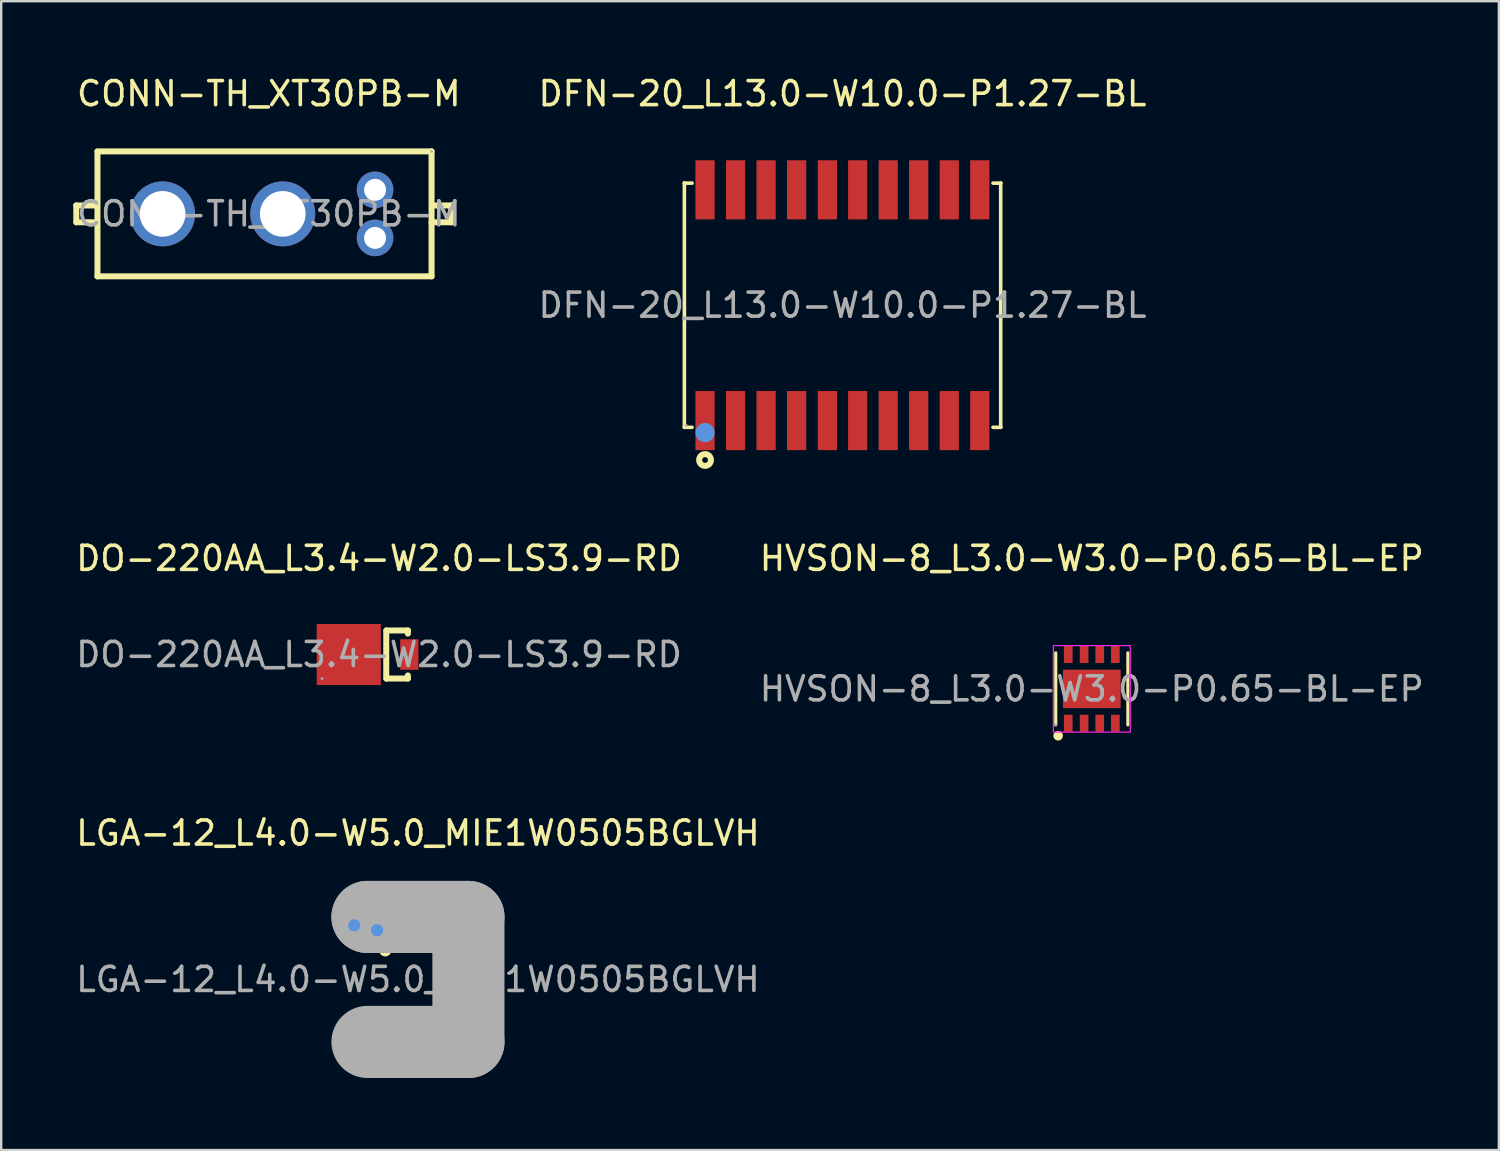
<source format=kicad_pcb>
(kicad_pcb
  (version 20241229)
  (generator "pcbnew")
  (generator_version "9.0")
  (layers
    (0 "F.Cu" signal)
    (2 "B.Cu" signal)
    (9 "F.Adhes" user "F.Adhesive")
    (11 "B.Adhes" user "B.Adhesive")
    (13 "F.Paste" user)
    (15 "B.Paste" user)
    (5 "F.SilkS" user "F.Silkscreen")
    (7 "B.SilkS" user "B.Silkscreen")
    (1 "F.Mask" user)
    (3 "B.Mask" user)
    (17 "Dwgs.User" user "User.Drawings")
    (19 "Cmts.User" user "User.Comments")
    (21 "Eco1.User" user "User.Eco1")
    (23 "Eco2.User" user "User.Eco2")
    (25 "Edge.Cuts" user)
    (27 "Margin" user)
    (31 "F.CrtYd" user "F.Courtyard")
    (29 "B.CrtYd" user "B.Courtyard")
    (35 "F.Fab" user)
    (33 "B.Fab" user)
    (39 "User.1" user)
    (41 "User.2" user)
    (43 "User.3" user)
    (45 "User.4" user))
  (footprint "LGA-12_L4.0-W5.0_MIE1W0505BGLVH"
    (layer "F.Cu")
    (at 14.339 37.7)
    (property "Reference" "LGA-12_L4.0-W5.0_MIE1W0505BGLVH" (at 0 -6.09 0) (layer "F.SilkS") (effects (font (size 1 1) (thickness 0.15))))
    (attr smd)
    (fp_circle (center -2.55 -2.25) (end -2.42 -2.25) (stroke (width 0.25) (type solid)) (fill no) (layer "F.SilkS"))
    (fp_circle (center -1.36 -1.21) (end -1.23 -1.21) (stroke (width 0.25) (type solid)) (fill no) (layer "F.SilkS"))
    (fp_circle (center -2.65 -2.25) (end -2.52 -2.25) (stroke (width 0.25) (type solid)) (fill no) (layer "Cmts.User"))
    (fp_circle (center -1.7 -2.05) (end -1.57 -2.05) (stroke (width 0.25) (type solid)) (fill no) (layer "Cmts.User"))
    (fp_line (start -2.1 -2.6) (end -2.1 -2.6) (stroke (width 3) (type solid)) (layer "F.Fab"))
    (fp_line (start -2.1 -2.6) (end 2.1 -2.6) (stroke (width 3) (type solid)) (layer "F.Fab"))
    (fp_line (start 2.1 -2.6) (end 2.1 2.6) (stroke (width 3) (type solid)) (layer "F.Fab"))
    (fp_line (start 2.1 2.6) (end -2.1 2.6) (stroke (width 3) (type solid)) (layer "F.Fab"))
    (fp_circle (center -2 2.5) (end -1.97 2.5) (stroke (width 0.06) (type solid)) (fill no) (layer "F.Fab"))
    (fp_text user "${REFERENCE}" (at 0 0 0) (layer "F.Fab") (effects (font (size 1 1) (thickness 0.15))))
    (pad "1" smd rect (at -1.64 -2.09 90) (size 0.68 0.58) (layers "F.Cu" "F.Mask" "F.Paste"))
    (pad "2" smd rect (at -1.64 2.09 90) (size 0.68 0.58) (layers "F.Cu" "F.Mask" "F.Paste"))
    (pad "3" smd custom (at -0.6 2.09) (size 0.01 0.01) (layers "F.Cu" "F.Mask" "F.Paste") (options (anchor circle)) (primitives (gr_poly (pts (xy -0.45 0.33) (xy -0.45 -0.34) (xy 0.45 -0.34) (xy 0.45 0.33) (xy 0.15 0.33) (xy 0.15 0.21) (xy -0.15 0.21) (xy -0.15 0.33)) (width 0.1) (fill yes))))
    (pad "6" smd custom (at 0.6 2.09) (size 0.01 0.01) (layers "F.Cu" "F.Mask" "F.Paste") (options (anchor circle)) (primitives (gr_poly (pts (xy -0.45 0.33) (xy -0.45 -0.34) (xy 0.45 -0.34) (xy 0.45 0.33) (xy 0.15 0.33) (xy 0.15 0.21) (xy -0.15 0.21) (xy -0.15 0.33)) (width 0.1) (fill yes))))
    (pad "7" smd rect (at 1.64 2.09 90) (size 0.68 0.58) (layers "F.Cu" "F.Mask" "F.Paste"))
    (pad "8" smd rect (at 1.64 -2.09 90) (size 0.68 0.58) (layers "F.Cu" "F.Mask" "F.Paste"))
    (pad "9" smd custom (at 0.6 -2.09) (size 0.01 0.01) (layers "F.Cu" "F.Mask" "F.Paste") (options (anchor circle)) (primitives (gr_poly (pts (xy -0.45 -0.33) (xy -0.45 0.34) (xy 0.45 0.34) (xy 0.45 -0.33) (xy 0.15 -0.33) (xy 0.15 -0.21) (xy -0.15 -0.21) (xy -0.15 -0.33)) (width 0.1) (fill yes))))
    (pad "12" smd custom (at -0.6 -2.09) (size 0.01 0.01) (layers "F.Cu" "F.Mask" "F.Paste") (options (anchor circle)) (primitives (gr_poly (pts (xy -0.45 -0.33) (xy -0.45 0.34) (xy 0.45 0.34) (xy 0.45 -0.33) (xy 0.15 -0.33) (xy 0.15 -0.21) (xy -0.15 -0.21) (xy -0.15 -0.33)) (width 0.1) (fill yes)))))
  (footprint "DO-220AA_L3.4-W2.0-LS3.9-RD"
    (layer "F.Cu")
    (at 12.72 24.181)
    (property "Reference" "DO-220AA_L3.4-W2.0-LS3.9-RD" (at 0 -4 0) (layer "F.SilkS") (effects (font (size 1 1) (thickness 0.15))))
    (attr smd)
    (fp_line (start 0.3 -1) (end 0.3 1) (stroke (width 0.25) (type solid)) (layer "F.SilkS"))
    (fp_line (start 1.2 -1) (end 0.31 -1) (stroke (width 0.25) (type solid)) (layer "F.SilkS"))
    (fp_line (start 1.2 -1) (end 1.2 -0.87) (stroke (width 0.25) (type solid)) (layer "F.SilkS"))
    (fp_line (start 1.2 1) (end 0.31 1) (stroke (width 0.25) (type solid)) (layer "F.SilkS"))
    (fp_line (start 1.2 1) (end 1.2 0.87) (stroke (width 0.25) (type solid)) (layer "F.SilkS"))
    (fp_circle (center -2.37 1) (end -2.34 1) (stroke (width 0.06) (type solid)) (fill no) (layer "F.Fab"))
    (fp_text user "${REFERENCE}" (at 0 0 0) (layer "F.Fab") (effects (font (size 1 1) (thickness 0.15))))
    (pad "1" smd rect (at -1.26 0) (size 2.67 2.54) (layers "F.Cu" "F.Mask" "F.Paste"))
    (pad "2" smd rect (at 1.26 0) (size 0.76 1.27) (layers "F.Cu" "F.Mask" "F.Paste")))
  (footprint "HVSON-8_L3.0-W3.0-P0.65-BL-EP"
    (layer "F.Cu")
    (at 42.375 25.611)
    (property "Reference" "HVSON-8_L3.0-W3.0-P0.65-BL-EP" (at 0 -5.43 0) (layer "F.SilkS") (effects (font (size 1 1) (thickness 0.15))))
    (attr smd)
    (fp_line (start -1.5 1.5) (end -1.5 -1.5) (stroke (width 0.13) (type solid)) (layer "F.SilkS"))
    (fp_line (start 1.5 -1.5) (end 1.5 1.5) (stroke (width 0.13) (type solid)) (layer "F.SilkS"))
    (fp_circle (center -1.4 1.95) (end -1.3 1.95) (stroke (width 0.2) (type solid)) (fill no) (layer "F.SilkS"))
    (fp_rect (start -1.6 -1.8) (end 1.6 1.8) (stroke (width 0.05) (type default)) (fill no) (layer "F.CrtYd"))
    (fp_circle (center -1.5 1.5) (end -1.47 1.5) (stroke (width 0.06) (type solid)) (fill no) (layer "F.Fab"))
    (fp_text user "${REFERENCE}" (at 0 0 0) (layer "F.Fab") (effects (font (size 1 1) (thickness 0.15))))
    (pad "1" smd rect (at -0.98 1.43) (size 0.36 0.71) (layers "F.Cu" "F.Mask" "F.Paste"))
    (pad "2" smd rect (at -0.32 1.43) (size 0.36 0.71) (layers "F.Cu" "F.Mask" "F.Paste"))
    (pad "3" smd rect (at 0.33 1.43) (size 0.36 0.71) (layers "F.Cu" "F.Mask" "F.Paste"))
    (pad "4" smd rect (at 0.98 1.43) (size 0.36 0.71) (layers "F.Cu" "F.Mask" "F.Paste"))
    (pad "5" smd rect (at 0.98 -1.43) (size 0.36 0.71) (layers "F.Cu" "F.Mask" "F.Paste"))
    (pad "6" smd rect (at 0.33 -1.43) (size 0.36 0.71) (layers "F.Cu" "F.Mask" "F.Paste"))
    (pad "7" smd rect (at -0.32 -1.43) (size 0.36 0.71) (layers "F.Cu" "F.Mask" "F.Paste"))
    (pad "8" smd rect (at -0.98 -1.43) (size 0.36 0.71) (layers "F.Cu" "F.Mask" "F.Paste"))
    (pad "9" smd rect (at 0 0) (size 2.4 1.6) (layers "F.Cu" "F.Mask" "F.Paste")))
  (footprint "CONN-TH_XT30PB-M"
    (layer "F.Cu")
    (at 8.135 5.848)
    (property "Reference" "CONN-TH_XT30PB-M" (at 0 -5 0) (layer "F.SilkS") (effects (font (size 1 1) (thickness 0.15))))
    (attr through_hole)
    (fp_line (start -8.01 -0.35) (end -7.18 -0.35) (stroke (width 0.25) (type solid)) (layer "F.SilkS"))
    (fp_line (start -8.01 0.35) (end -8.01 -0.35) (stroke (width 0.25) (type solid)) (layer "F.SilkS"))
    (fp_line (start -7.3 0.35) (end -8.01 0.35) (stroke (width 0.25) (type solid)) (layer "F.SilkS"))
    (fp_line (start -7.13 -2.6) (end 6.77 -2.6) (stroke (width 0.25) (type solid)) (layer "F.SilkS"))
    (fp_line (start -7.13 2.6) (end -7.13 -2.59) (stroke (width 0.25) (type solid)) (layer "F.SilkS"))
    (fp_line (start 6.77 -2.6) (end 6.77 2.6) (stroke (width 0.25) (type solid)) (layer "F.SilkS"))
    (fp_line (start 6.77 2.6) (end -7.13 2.6) (stroke (width 0.25) (type solid)) (layer "F.SilkS"))
    (fp_line (start 6.9 -0.35) (end 7.59 -0.35) (stroke (width 0.25) (type solid)) (layer "F.SilkS"))
    (fp_line (start 7.59 -0.35) (end 7.59 0.35) (stroke (width 0.25) (type solid)) (layer "F.SilkS"))
    (fp_line (start 7.59 0.35) (end 6.77 0.35) (stroke (width 0.25) (type solid)) (layer "F.SilkS"))
    (fp_circle (center -4.42 0) (end -4.02 0) (stroke (width 0.8) (type solid)) (fill no) (layer "F.Fab"))
    (fp_circle (center 0.58 0) (end 0.98 0) (stroke (width 0.8) (type solid)) (fill no) (layer "F.Fab"))
    (fp_circle (center 6.77 -2.6) (end 6.8 -2.6) (stroke (width 0.06) (type solid)) (fill no) (layer "F.Fab"))
    (fp_text user "${REFERENCE}" (at 0 0 0) (layer "F.Fab") (effects (font (size 1 1) (thickness 0.15))))
    (pad "1" thru_hole circle (at 4.42 -1) (size 1.52 1.52) (drill 0.914) (layers "*.Cu" "*.Mask"))
    (pad "2" thru_hole circle (at 4.42 1) (size 1.52 1.52) (drill 0.914) (layers "*.Cu" "*.Mask"))
    (pad "3" thru_hole circle (at 0.58 0) (size 2.7 2.7) (drill 1.9) (layers "*.Cu" "*.Mask"))
    (pad "4" thru_hole circle (at -4.42 0) (size 2.7 2.7) (drill 1.9) (layers "*.Cu" "*.Mask")))
  (footprint "DFN-20_L13.0-W10.0-P1.27-BL"
    (layer "F.Cu")
    (at 32.004 9.648)
    (property "Reference" "DFN-20_L13.0-W10.0-P1.27-BL" (at 0 -8.8 0) (layer "F.SilkS") (effects (font (size 1 1) (thickness 0.15))))
    (attr smd)
    (fp_line (start -6.58 -5.08) (end -6.58 -5.08) (stroke (width 0.15) (type solid)) (layer "F.SilkS"))
    (fp_line (start -6.58 -5.08) (end -6.26 -5.08) (stroke (width 0.15) (type solid)) (layer "F.SilkS"))
    (fp_line (start -6.58 5.08) (end -6.58 -5.08) (stroke (width 0.15) (type solid)) (layer "F.SilkS"))
    (fp_line (start -6.58 5.08) (end -6.58 5.08) (stroke (width 0.15) (type solid)) (layer "F.SilkS"))
    (fp_line (start -6.26 5.08) (end -6.58 5.08) (stroke (width 0.15) (type solid)) (layer "F.SilkS"))
    (fp_line (start 6.26 5.08) (end 6.58 5.08) (stroke (width 0.15) (type solid)) (layer "F.SilkS"))
    (fp_line (start 6.58 -5.08) (end 6.26 -5.08) (stroke (width 0.15) (type solid)) (layer "F.SilkS"))
    (fp_line (start 6.58 -5.08) (end 6.58 -5.08) (stroke (width 0.15) (type solid)) (layer "F.SilkS"))
    (fp_line (start 6.58 5.08) (end 6.58 -5.08) (stroke (width 0.15) (type solid)) (layer "F.SilkS"))
    (fp_line (start 6.58 5.08) (end 6.58 5.08) (stroke (width 0.15) (type solid)) (layer "F.SilkS"))
    (fp_circle (center -5.72 6.44) (end -5.6 6.44) (stroke (width 0.25) (type solid)) (fill no) (layer "F.SilkS"))
    (fp_circle (center -5.72 5.3) (end -5.52 5.3) (stroke (width 0.4) (type solid)) (fill no) (layer "Cmts.User"))
    (fp_circle (center -6.5 5) (end -6.47 5) (stroke (width 0.06) (type solid)) (fill no) (layer "F.Fab"))
    (fp_text user "${REFERENCE}" (at 0 0 0) (layer "F.Fab") (effects (font (size 1 1) (thickness 0.15))))
    (pad "1" smd rect (at -5.72 4.8) (size 0.8 2.46) (layers "F.Cu" "F.Mask" "F.Paste"))
    (pad "2" smd rect (at -4.45 4.8) (size 0.8 2.46) (layers "F.Cu" "F.Mask" "F.Paste"))
    (pad "3" smd rect (at -3.18 4.8) (size 0.8 2.46) (layers "F.Cu" "F.Mask" "F.Paste"))
    (pad "4" smd rect (at -1.91 4.8) (size 0.8 2.46) (layers "F.Cu" "F.Mask" "F.Paste"))
    (pad "5" smd rect (at -0.63 4.8) (size 0.8 2.46) (layers "F.Cu" "F.Mask" "F.Paste"))
    (pad "6" smd rect (at 0.63 4.8) (size 0.8 2.46) (layers "F.Cu" "F.Mask" "F.Paste"))
    (pad "7" smd rect (at 1.9 4.8) (size 0.8 2.46) (layers "F.Cu" "F.Mask" "F.Paste"))
    (pad "8" smd rect (at 3.17 4.8) (size 0.8 2.46) (layers "F.Cu" "F.Mask" "F.Paste"))
    (pad "9" smd rect (at 4.44 4.8) (size 0.8 2.46) (layers "F.Cu" "F.Mask" "F.Paste"))
    (pad "10" smd rect (at 5.71 4.8) (size 0.8 2.46) (layers "F.Cu" "F.Mask" "F.Paste"))
    (pad "11" smd rect (at 5.71 -4.8) (size 0.8 2.46) (layers "F.Cu" "F.Mask" "F.Paste"))
    (pad "12" smd rect (at 4.44 -4.8) (size 0.8 2.46) (layers "F.Cu" "F.Mask" "F.Paste"))
    (pad "13" smd rect (at 3.17 -4.8) (size 0.8 2.46) (layers "F.Cu" "F.Mask" "F.Paste"))
    (pad "14" smd rect (at 1.9 -4.8) (size 0.8 2.46) (layers "F.Cu" "F.Mask" "F.Paste"))
    (pad "15" smd rect (at 0.63 -4.8) (size 0.8 2.46) (layers "F.Cu" "F.Mask" "F.Paste"))
    (pad "16" smd rect (at -0.63 -4.8) (size 0.8 2.46) (layers "F.Cu" "F.Mask" "F.Paste"))
    (pad "17" smd rect (at -1.91 -4.8) (size 0.8 2.46) (layers "F.Cu" "F.Mask" "F.Paste"))
    (pad "18" smd rect (at -3.18 -4.8) (size 0.8 2.46) (layers "F.Cu" "F.Mask" "F.Paste"))
    (pad "19" smd rect (at -4.45 -4.8) (size 0.8 2.46) (layers "F.Cu" "F.Mask" "F.Paste"))
    (pad "20" smd rect (at -5.72 -4.8) (size 0.8 2.46) (layers "F.Cu" "F.Mask" "F.Paste")))
  (gr_rect
    (start -3 -3)
    (end 59.31 44.8)
    (stroke (width 0.1) (type default))
    (fill no)
    (layer "Edge.Cuts")))
</source>
